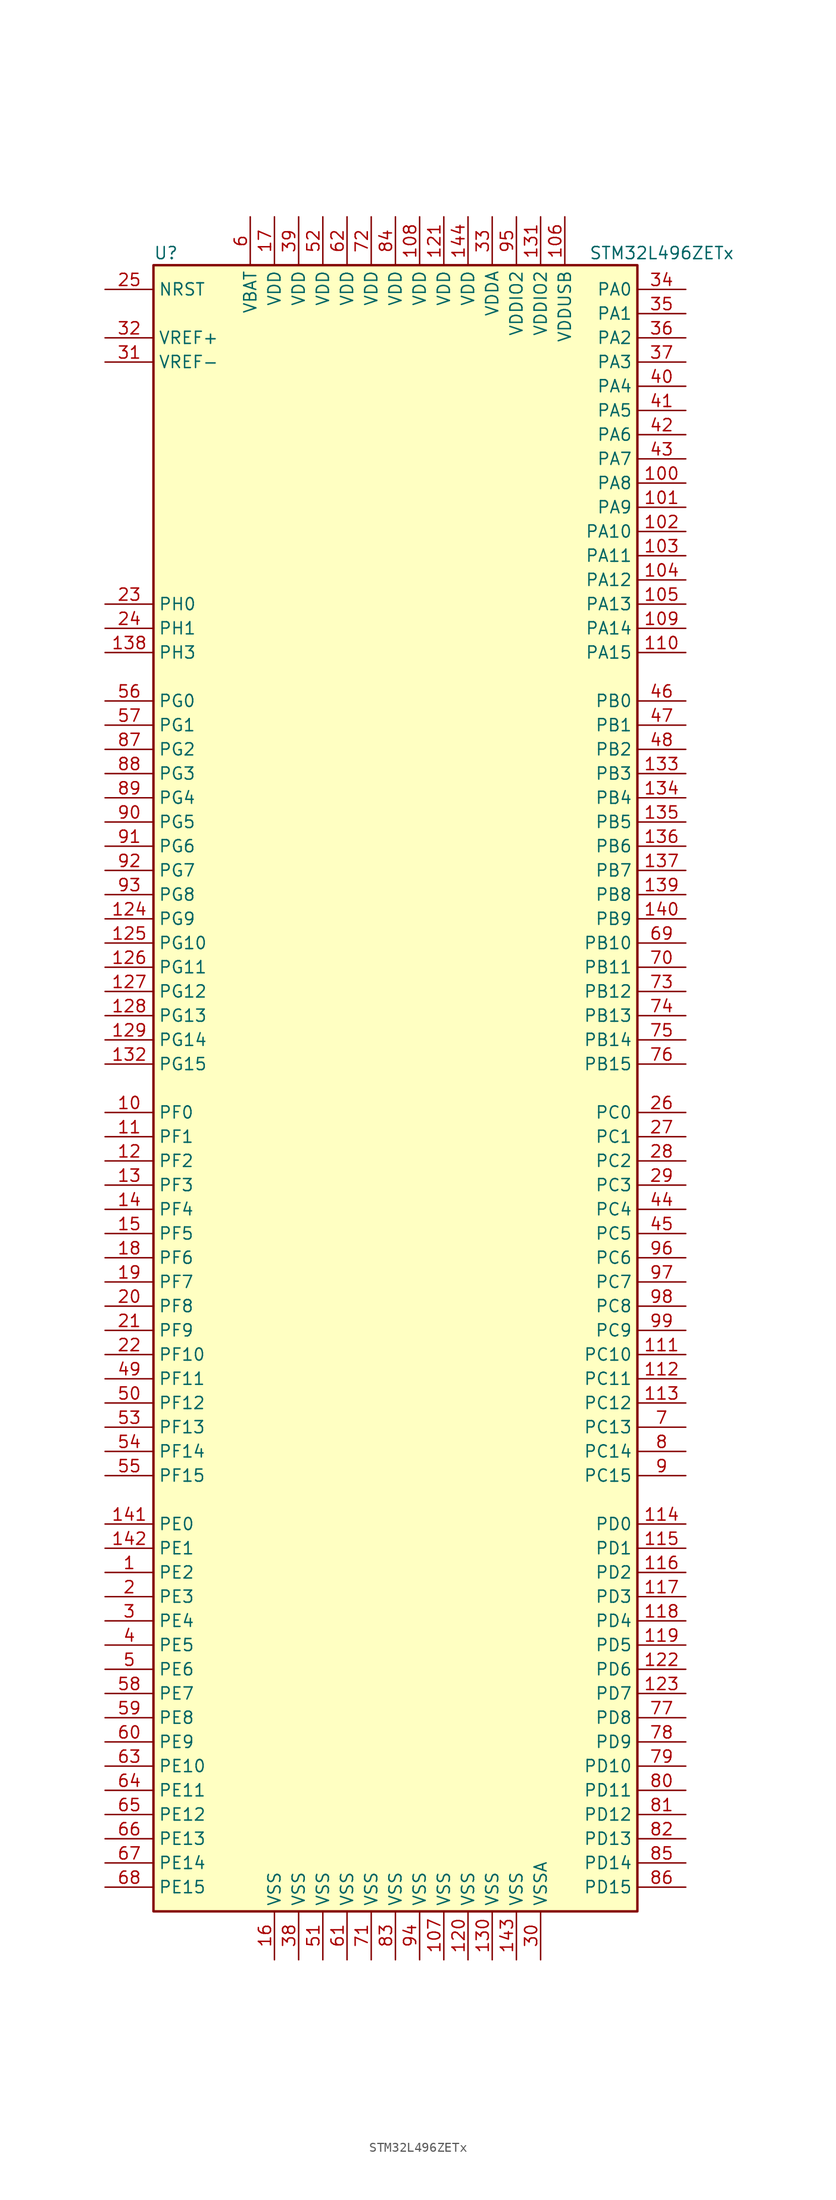
<source format=kicad_sym>
(kicad_symbol_lib
  (version 20211014)
  (generator kicad_symbol_editor)
  (symbol "STM32L496ZETx"
    (property "Reference" "U"
      (at -25.4 87.63 0)
      (effects (font (size 1.27 1.27)) (justify left)))
    (property "Value" "STM32L496ZETx"
      (at 20.32 87.63 0)
      (effects (font (size 1.27 1.27)) (justify left)))
    (symbol "STM32L496ZETx_0_1"
      (rectangle (start -25.4 -86.36) (end 25.4 86.36) (stroke (width 0.254) (type default) (color 0 0 0 0)) (fill (type background))))
    (symbol "STM32L496ZETx_1_1"
      (pin bidirectional line (at -30.48 -50.8 0) (length 5.08) (name "PE2" (effects (font (size 1.27 1.27)))) (number "1" (effects (font (size 1.27 1.27)))))
      (pin bidirectional line (at -30.48 -2.54 0) (length 5.08) (name "PF0" (effects (font (size 1.27 1.27)))) (number "10" (effects (font (size 1.27 1.27)))))
      (pin bidirectional line (at 30.48 63.5 180) (length 5.08) (name "PA8" (effects (font (size 1.27 1.27)))) (number "100" (effects (font (size 1.27 1.27)))))
      (pin bidirectional line (at 30.48 60.96 180) (length 5.08) (name "PA9" (effects (font (size 1.27 1.27)))) (number "101" (effects (font (size 1.27 1.27)))))
      (pin bidirectional line (at 30.48 58.42 180) (length 5.08) (name "PA10" (effects (font (size 1.27 1.27)))) (number "102" (effects (font (size 1.27 1.27)))))
      (pin bidirectional line (at 30.48 55.88 180) (length 5.08) (name "PA11" (effects (font (size 1.27 1.27)))) (number "103" (effects (font (size 1.27 1.27)))))
      (pin bidirectional line (at 30.48 53.34 180) (length 5.08) (name "PA12" (effects (font (size 1.27 1.27)))) (number "104" (effects (font (size 1.27 1.27)))))
      (pin bidirectional line (at 30.48 50.8 180) (length 5.08) (name "PA13" (effects (font (size 1.27 1.27)))) (number "105" (effects (font (size 1.27 1.27)))))
      (pin power_in line (at 17.78 91.44 270) (length 5.08) (name "VDDUSB" (effects (font (size 1.27 1.27)))) (number "106" (effects (font (size 1.27 1.27)))))
      (pin power_in line (at 5.08 -91.44 90) (length 5.08) (name "VSS" (effects (font (size 1.27 1.27)))) (number "107" (effects (font (size 1.27 1.27)))))
      (pin power_in line (at 2.54 91.44 270) (length 5.08) (name "VDD" (effects (font (size 1.27 1.27)))) (number "108" (effects (font (size 1.27 1.27)))))
      (pin bidirectional line (at 30.48 48.26 180) (length 5.08) (name "PA14" (effects (font (size 1.27 1.27)))) (number "109" (effects (font (size 1.27 1.27)))))
      (pin bidirectional line (at -30.48 -5.08 0) (length 5.08) (name "PF1" (effects (font (size 1.27 1.27)))) (number "11" (effects (font (size 1.27 1.27)))))
      (pin bidirectional line (at 30.48 45.72 180) (length 5.08) (name "PA15" (effects (font (size 1.27 1.27)))) (number "110" (effects (font (size 1.27 1.27)))))
      (pin bidirectional line (at 30.48 -27.94 180) (length 5.08) (name "PC10" (effects (font (size 1.27 1.27)))) (number "111" (effects (font (size 1.27 1.27)))))
      (pin bidirectional line (at 30.48 -30.48 180) (length 5.08) (name "PC11" (effects (font (size 1.27 1.27)))) (number "112" (effects (font (size 1.27 1.27)))))
      (pin bidirectional line (at 30.48 -33.02 180) (length 5.08) (name "PC12" (effects (font (size 1.27 1.27)))) (number "113" (effects (font (size 1.27 1.27)))))
      (pin bidirectional line (at 30.48 -45.72 180) (length 5.08) (name "PD0" (effects (font (size 1.27 1.27)))) (number "114" (effects (font (size 1.27 1.27)))))
      (pin bidirectional line (at 30.48 -48.26 180) (length 5.08) (name "PD1" (effects (font (size 1.27 1.27)))) (number "115" (effects (font (size 1.27 1.27)))))
      (pin bidirectional line (at 30.48 -50.8 180) (length 5.08) (name "PD2" (effects (font (size 1.27 1.27)))) (number "116" (effects (font (size 1.27 1.27)))))
      (pin bidirectional line (at 30.48 -53.34 180) (length 5.08) (name "PD3" (effects (font (size 1.27 1.27)))) (number "117" (effects (font (size 1.27 1.27)))))
      (pin bidirectional line (at 30.48 -55.88 180) (length 5.08) (name "PD4" (effects (font (size 1.27 1.27)))) (number "118" (effects (font (size 1.27 1.27)))))
      (pin bidirectional line (at 30.48 -58.42 180) (length 5.08) (name "PD5" (effects (font (size 1.27 1.27)))) (number "119" (effects (font (size 1.27 1.27)))))
      (pin bidirectional line (at -30.48 -7.62 0) (length 5.08) (name "PF2" (effects (font (size 1.27 1.27)))) (number "12" (effects (font (size 1.27 1.27)))))
      (pin power_in line (at 7.62 -91.44 90) (length 5.08) (name "VSS" (effects (font (size 1.27 1.27)))) (number "120" (effects (font (size 1.27 1.27)))))
      (pin power_in line (at 5.08 91.44 270) (length 5.08) (name "VDD" (effects (font (size 1.27 1.27)))) (number "121" (effects (font (size 1.27 1.27)))))
      (pin bidirectional line (at 30.48 -60.96 180) (length 5.08) (name "PD6" (effects (font (size 1.27 1.27)))) (number "122" (effects (font (size 1.27 1.27)))))
      (pin bidirectional line (at 30.48 -63.5 180) (length 5.08) (name "PD7" (effects (font (size 1.27 1.27)))) (number "123" (effects (font (size 1.27 1.27)))))
      (pin bidirectional line (at -30.48 17.78 0) (length 5.08) (name "PG9" (effects (font (size 1.27 1.27)))) (number "124" (effects (font (size 1.27 1.27)))))
      (pin bidirectional line (at -30.48 15.24 0) (length 5.08) (name "PG10" (effects (font (size 1.27 1.27)))) (number "125" (effects (font (size 1.27 1.27)))))
      (pin bidirectional line (at -30.48 12.7 0) (length 5.08) (name "PG11" (effects (font (size 1.27 1.27)))) (number "126" (effects (font (size 1.27 1.27)))))
      (pin bidirectional line (at -30.48 10.16 0) (length 5.08) (name "PG12" (effects (font (size 1.27 1.27)))) (number "127" (effects (font (size 1.27 1.27)))))
      (pin bidirectional line (at -30.48 7.62 0) (length 5.08) (name "PG13" (effects (font (size 1.27 1.27)))) (number "128" (effects (font (size 1.27 1.27)))))
      (pin bidirectional line (at -30.48 5.08 0) (length 5.08) (name "PG14" (effects (font (size 1.27 1.27)))) (number "129" (effects (font (size 1.27 1.27)))))
      (pin bidirectional line (at -30.48 -10.16 0) (length 5.08) (name "PF3" (effects (font (size 1.27 1.27)))) (number "13" (effects (font (size 1.27 1.27)))))
      (pin power_in line (at 10.16 -91.44 90) (length 5.08) (name "VSS" (effects (font (size 1.27 1.27)))) (number "130" (effects (font (size 1.27 1.27)))))
      (pin power_in line (at 15.24 91.44 270) (length 5.08) (name "VDDIO2" (effects (font (size 1.27 1.27)))) (number "131" (effects (font (size 1.27 1.27)))))
      (pin bidirectional line (at -30.48 2.54 0) (length 5.08) (name "PG15" (effects (font (size 1.27 1.27)))) (number "132" (effects (font (size 1.27 1.27)))))
      (pin bidirectional line (at 30.48 33.02 180) (length 5.08) (name "PB3" (effects (font (size 1.27 1.27)))) (number "133" (effects (font (size 1.27 1.27)))))
      (pin bidirectional line (at 30.48 30.48 180) (length 5.08) (name "PB4" (effects (font (size 1.27 1.27)))) (number "134" (effects (font (size 1.27 1.27)))))
      (pin bidirectional line (at 30.48 27.94 180) (length 5.08) (name "PB5" (effects (font (size 1.27 1.27)))) (number "135" (effects (font (size 1.27 1.27)))))
      (pin bidirectional line (at 30.48 25.4 180) (length 5.08) (name "PB6" (effects (font (size 1.27 1.27)))) (number "136" (effects (font (size 1.27 1.27)))))
      (pin bidirectional line (at 30.48 22.86 180) (length 5.08) (name "PB7" (effects (font (size 1.27 1.27)))) (number "137" (effects (font (size 1.27 1.27)))))
      (pin bidirectional line (at -30.48 45.72 0) (length 5.08) (name "PH3" (effects (font (size 1.27 1.27)))) (number "138" (effects (font (size 1.27 1.27)))))
      (pin bidirectional line (at 30.48 20.32 180) (length 5.08) (name "PB8" (effects (font (size 1.27 1.27)))) (number "139" (effects (font (size 1.27 1.27)))))
      (pin bidirectional line (at -30.48 -12.7 0) (length 5.08) (name "PF4" (effects (font (size 1.27 1.27)))) (number "14" (effects (font (size 1.27 1.27)))))
      (pin bidirectional line (at 30.48 17.78 180) (length 5.08) (name "PB9" (effects (font (size 1.27 1.27)))) (number "140" (effects (font (size 1.27 1.27)))))
      (pin bidirectional line (at -30.48 -45.72 0) (length 5.08) (name "PE0" (effects (font (size 1.27 1.27)))) (number "141" (effects (font (size 1.27 1.27)))))
      (pin bidirectional line (at -30.48 -48.26 0) (length 5.08) (name "PE1" (effects (font (size 1.27 1.27)))) (number "142" (effects (font (size 1.27 1.27)))))
      (pin power_in line (at 12.7 -91.44 90) (length 5.08) (name "VSS" (effects (font (size 1.27 1.27)))) (number "143" (effects (font (size 1.27 1.27)))))
      (pin power_in line (at 7.62 91.44 270) (length 5.08) (name "VDD" (effects (font (size 1.27 1.27)))) (number "144" (effects (font (size 1.27 1.27)))))
      (pin bidirectional line (at -30.48 -15.24 0) (length 5.08) (name "PF5" (effects (font (size 1.27 1.27)))) (number "15" (effects (font (size 1.27 1.27)))))
      (pin power_in line (at -12.7 -91.44 90) (length 5.08) (name "VSS" (effects (font (size 1.27 1.27)))) (number "16" (effects (font (size 1.27 1.27)))))
      (pin power_in line (at -12.7 91.44 270) (length 5.08) (name "VDD" (effects (font (size 1.27 1.27)))) (number "17" (effects (font (size 1.27 1.27)))))
      (pin bidirectional line (at -30.48 -17.78 0) (length 5.08) (name "PF6" (effects (font (size 1.27 1.27)))) (number "18" (effects (font (size 1.27 1.27)))))
      (pin bidirectional line (at -30.48 -20.32 0) (length 5.08) (name "PF7" (effects (font (size 1.27 1.27)))) (number "19" (effects (font (size 1.27 1.27)))))
      (pin bidirectional line (at -30.48 -53.34 0) (length 5.08) (name "PE3" (effects (font (size 1.27 1.27)))) (number "2" (effects (font (size 1.27 1.27)))))
      (pin bidirectional line (at -30.48 -22.86 0) (length 5.08) (name "PF8" (effects (font (size 1.27 1.27)))) (number "20" (effects (font (size 1.27 1.27)))))
      (pin bidirectional line (at -30.48 -25.4 0) (length 5.08) (name "PF9" (effects (font (size 1.27 1.27)))) (number "21" (effects (font (size 1.27 1.27)))))
      (pin bidirectional line (at -30.48 -27.94 0) (length 5.08) (name "PF10" (effects (font (size 1.27 1.27)))) (number "22" (effects (font (size 1.27 1.27)))))
      (pin input line (at -30.48 50.8 0) (length 5.08) (name "PH0" (effects (font (size 1.27 1.27)))) (number "23" (effects (font (size 1.27 1.27)))))
      (pin input line (at -30.48 48.26 0) (length 5.08) (name "PH1" (effects (font (size 1.27 1.27)))) (number "24" (effects (font (size 1.27 1.27)))))
      (pin input line (at -30.48 83.82 0) (length 5.08) (name "NRST" (effects (font (size 1.27 1.27)))) (number "25" (effects (font (size 1.27 1.27)))))
      (pin bidirectional line (at 30.48 -2.54 180) (length 5.08) (name "PC0" (effects (font (size 1.27 1.27)))) (number "26" (effects (font (size 1.27 1.27)))))
      (pin bidirectional line (at 30.48 -5.08 180) (length 5.08) (name "PC1" (effects (font (size 1.27 1.27)))) (number "27" (effects (font (size 1.27 1.27)))))
      (pin bidirectional line (at 30.48 -7.62 180) (length 5.08) (name "PC2" (effects (font (size 1.27 1.27)))) (number "28" (effects (font (size 1.27 1.27)))))
      (pin bidirectional line (at 30.48 -10.16 180) (length 5.08) (name "PC3" (effects (font (size 1.27 1.27)))) (number "29" (effects (font (size 1.27 1.27)))))
      (pin bidirectional line (at -30.48 -55.88 0) (length 5.08) (name "PE4" (effects (font (size 1.27 1.27)))) (number "3" (effects (font (size 1.27 1.27)))))
      (pin power_in line (at 15.24 -91.44 90) (length 5.08) (name "VSSA" (effects (font (size 1.27 1.27)))) (number "30" (effects (font (size 1.27 1.27)))))
      (pin power_in line (at -30.48 76.2 0) (length 5.08) (name "VREF-" (effects (font (size 1.27 1.27)))) (number "31" (effects (font (size 1.27 1.27)))))
      (pin bidirectional line (at -30.48 78.74 0) (length 5.08) (name "VREF+" (effects (font (size 1.27 1.27)))) (number "32" (effects (font (size 1.27 1.27)))))
      (pin power_in line (at 10.16 91.44 270) (length 5.08) (name "VDDA" (effects (font (size 1.27 1.27)))) (number "33" (effects (font (size 1.27 1.27)))))
      (pin bidirectional line (at 30.48 83.82 180) (length 5.08) (name "PA0" (effects (font (size 1.27 1.27)))) (number "34" (effects (font (size 1.27 1.27)))))
      (pin bidirectional line (at 30.48 81.28 180) (length 5.08) (name "PA1" (effects (font (size 1.27 1.27)))) (number "35" (effects (font (size 1.27 1.27)))))
      (pin bidirectional line (at 30.48 78.74 180) (length 5.08) (name "PA2" (effects (font (size 1.27 1.27)))) (number "36" (effects (font (size 1.27 1.27)))))
      (pin bidirectional line (at 30.48 76.2 180) (length 5.08) (name "PA3" (effects (font (size 1.27 1.27)))) (number "37" (effects (font (size 1.27 1.27)))))
      (pin power_in line (at -10.16 -91.44 90) (length 5.08) (name "VSS" (effects (font (size 1.27 1.27)))) (number "38" (effects (font (size 1.27 1.27)))))
      (pin power_in line (at -10.16 91.44 270) (length 5.08) (name "VDD" (effects (font (size 1.27 1.27)))) (number "39" (effects (font (size 1.27 1.27)))))
      (pin bidirectional line (at -30.48 -58.42 0) (length 5.08) (name "PE5" (effects (font (size 1.27 1.27)))) (number "4" (effects (font (size 1.27 1.27)))))
      (pin bidirectional line (at 30.48 73.66 180) (length 5.08) (name "PA4" (effects (font (size 1.27 1.27)))) (number "40" (effects (font (size 1.27 1.27)))))
      (pin bidirectional line (at 30.48 71.12 180) (length 5.08) (name "PA5" (effects (font (size 1.27 1.27)))) (number "41" (effects (font (size 1.27 1.27)))))
      (pin bidirectional line (at 30.48 68.58 180) (length 5.08) (name "PA6" (effects (font (size 1.27 1.27)))) (number "42" (effects (font (size 1.27 1.27)))))
      (pin bidirectional line (at 30.48 66.04 180) (length 5.08) (name "PA7" (effects (font (size 1.27 1.27)))) (number "43" (effects (font (size 1.27 1.27)))))
      (pin bidirectional line (at 30.48 -12.7 180) (length 5.08) (name "PC4" (effects (font (size 1.27 1.27)))) (number "44" (effects (font (size 1.27 1.27)))))
      (pin bidirectional line (at 30.48 -15.24 180) (length 5.08) (name "PC5" (effects (font (size 1.27 1.27)))) (number "45" (effects (font (size 1.27 1.27)))))
      (pin bidirectional line (at 30.48 40.64 180) (length 5.08) (name "PB0" (effects (font (size 1.27 1.27)))) (number "46" (effects (font (size 1.27 1.27)))))
      (pin bidirectional line (at 30.48 38.1 180) (length 5.08) (name "PB1" (effects (font (size 1.27 1.27)))) (number "47" (effects (font (size 1.27 1.27)))))
      (pin bidirectional line (at 30.48 35.56 180) (length 5.08) (name "PB2" (effects (font (size 1.27 1.27)))) (number "48" (effects (font (size 1.27 1.27)))))
      (pin bidirectional line (at -30.48 -30.48 0) (length 5.08) (name "PF11" (effects (font (size 1.27 1.27)))) (number "49" (effects (font (size 1.27 1.27)))))
      (pin bidirectional line (at -30.48 -60.96 0) (length 5.08) (name "PE6" (effects (font (size 1.27 1.27)))) (number "5" (effects (font (size 1.27 1.27)))))
      (pin bidirectional line (at -30.48 -33.02 0) (length 5.08) (name "PF12" (effects (font (size 1.27 1.27)))) (number "50" (effects (font (size 1.27 1.27)))))
      (pin power_in line (at -7.62 -91.44 90) (length 5.08) (name "VSS" (effects (font (size 1.27 1.27)))) (number "51" (effects (font (size 1.27 1.27)))))
      (pin power_in line (at -7.62 91.44 270) (length 5.08) (name "VDD" (effects (font (size 1.27 1.27)))) (number "52" (effects (font (size 1.27 1.27)))))
      (pin bidirectional line (at -30.48 -35.56 0) (length 5.08) (name "PF13" (effects (font (size 1.27 1.27)))) (number "53" (effects (font (size 1.27 1.27)))))
      (pin bidirectional line (at -30.48 -38.1 0) (length 5.08) (name "PF14" (effects (font (size 1.27 1.27)))) (number "54" (effects (font (size 1.27 1.27)))))
      (pin bidirectional line (at -30.48 -40.64 0) (length 5.08) (name "PF15" (effects (font (size 1.27 1.27)))) (number "55" (effects (font (size 1.27 1.27)))))
      (pin bidirectional line (at -30.48 40.64 0) (length 5.08) (name "PG0" (effects (font (size 1.27 1.27)))) (number "56" (effects (font (size 1.27 1.27)))))
      (pin bidirectional line (at -30.48 38.1 0) (length 5.08) (name "PG1" (effects (font (size 1.27 1.27)))) (number "57" (effects (font (size 1.27 1.27)))))
      (pin bidirectional line (at -30.48 -63.5 0) (length 5.08) (name "PE7" (effects (font (size 1.27 1.27)))) (number "58" (effects (font (size 1.27 1.27)))))
      (pin bidirectional line (at -30.48 -66.04 0) (length 5.08) (name "PE8" (effects (font (size 1.27 1.27)))) (number "59" (effects (font (size 1.27 1.27)))))
      (pin power_in line (at -15.24 91.44 270) (length 5.08) (name "VBAT" (effects (font (size 1.27 1.27)))) (number "6" (effects (font (size 1.27 1.27)))))
      (pin bidirectional line (at -30.48 -68.58 0) (length 5.08) (name "PE9" (effects (font (size 1.27 1.27)))) (number "60" (effects (font (size 1.27 1.27)))))
      (pin power_in line (at -5.08 -91.44 90) (length 5.08) (name "VSS" (effects (font (size 1.27 1.27)))) (number "61" (effects (font (size 1.27 1.27)))))
      (pin power_in line (at -5.08 91.44 270) (length 5.08) (name "VDD" (effects (font (size 1.27 1.27)))) (number "62" (effects (font (size 1.27 1.27)))))
      (pin bidirectional line (at -30.48 -71.12 0) (length 5.08) (name "PE10" (effects (font (size 1.27 1.27)))) (number "63" (effects (font (size 1.27 1.27)))))
      (pin bidirectional line (at -30.48 -73.66 0) (length 5.08) (name "PE11" (effects (font (size 1.27 1.27)))) (number "64" (effects (font (size 1.27 1.27)))))
      (pin bidirectional line (at -30.48 -76.2 0) (length 5.08) (name "PE12" (effects (font (size 1.27 1.27)))) (number "65" (effects (font (size 1.27 1.27)))))
      (pin bidirectional line (at -30.48 -78.74 0) (length 5.08) (name "PE13" (effects (font (size 1.27 1.27)))) (number "66" (effects (font (size 1.27 1.27)))))
      (pin bidirectional line (at -30.48 -81.28 0) (length 5.08) (name "PE14" (effects (font (size 1.27 1.27)))) (number "67" (effects (font (size 1.27 1.27)))))
      (pin bidirectional line (at -30.48 -83.82 0) (length 5.08) (name "PE15" (effects (font (size 1.27 1.27)))) (number "68" (effects (font (size 1.27 1.27)))))
      (pin bidirectional line (at 30.48 15.24 180) (length 5.08) (name "PB10" (effects (font (size 1.27 1.27)))) (number "69" (effects (font (size 1.27 1.27)))))
      (pin bidirectional line (at 30.48 -35.56 180) (length 5.08) (name "PC13" (effects (font (size 1.27 1.27)))) (number "7" (effects (font (size 1.27 1.27)))))
      (pin bidirectional line (at 30.48 12.7 180) (length 5.08) (name "PB11" (effects (font (size 1.27 1.27)))) (number "70" (effects (font (size 1.27 1.27)))))
      (pin power_in line (at -2.54 -91.44 90) (length 5.08) (name "VSS" (effects (font (size 1.27 1.27)))) (number "71" (effects (font (size 1.27 1.27)))))
      (pin power_in line (at -2.54 91.44 270) (length 5.08) (name "VDD" (effects (font (size 1.27 1.27)))) (number "72" (effects (font (size 1.27 1.27)))))
      (pin bidirectional line (at 30.48 10.16 180) (length 5.08) (name "PB12" (effects (font (size 1.27 1.27)))) (number "73" (effects (font (size 1.27 1.27)))))
      (pin bidirectional line (at 30.48 7.62 180) (length 5.08) (name "PB13" (effects (font (size 1.27 1.27)))) (number "74" (effects (font (size 1.27 1.27)))))
      (pin bidirectional line (at 30.48 5.08 180) (length 5.08) (name "PB14" (effects (font (size 1.27 1.27)))) (number "75" (effects (font (size 1.27 1.27)))))
      (pin bidirectional line (at 30.48 2.54 180) (length 5.08) (name "PB15" (effects (font (size 1.27 1.27)))) (number "76" (effects (font (size 1.27 1.27)))))
      (pin bidirectional line (at 30.48 -66.04 180) (length 5.08) (name "PD8" (effects (font (size 1.27 1.27)))) (number "77" (effects (font (size 1.27 1.27)))))
      (pin bidirectional line (at 30.48 -68.58 180) (length 5.08) (name "PD9" (effects (font (size 1.27 1.27)))) (number "78" (effects (font (size 1.27 1.27)))))
      (pin bidirectional line (at 30.48 -71.12 180) (length 5.08) (name "PD10" (effects (font (size 1.27 1.27)))) (number "79" (effects (font (size 1.27 1.27)))))
      (pin bidirectional line (at 30.48 -38.1 180) (length 5.08) (name "PC14" (effects (font (size 1.27 1.27)))) (number "8" (effects (font (size 1.27 1.27)))))
      (pin bidirectional line (at 30.48 -73.66 180) (length 5.08) (name "PD11" (effects (font (size 1.27 1.27)))) (number "80" (effects (font (size 1.27 1.27)))))
      (pin bidirectional line (at 30.48 -76.2 180) (length 5.08) (name "PD12" (effects (font (size 1.27 1.27)))) (number "81" (effects (font (size 1.27 1.27)))))
      (pin bidirectional line (at 30.48 -78.74 180) (length 5.08) (name "PD13" (effects (font (size 1.27 1.27)))) (number "82" (effects (font (size 1.27 1.27)))))
      (pin power_in line (at 0 -91.44 90) (length 5.08) (name "VSS" (effects (font (size 1.27 1.27)))) (number "83" (effects (font (size 1.27 1.27)))))
      (pin power_in line (at 0 91.44 270) (length 5.08) (name "VDD" (effects (font (size 1.27 1.27)))) (number "84" (effects (font (size 1.27 1.27)))))
      (pin bidirectional line (at 30.48 -81.28 180) (length 5.08) (name "PD14" (effects (font (size 1.27 1.27)))) (number "85" (effects (font (size 1.27 1.27)))))
      (pin bidirectional line (at 30.48 -83.82 180) (length 5.08) (name "PD15" (effects (font (size 1.27 1.27)))) (number "86" (effects (font (size 1.27 1.27)))))
      (pin bidirectional line (at -30.48 35.56 0) (length 5.08) (name "PG2" (effects (font (size 1.27 1.27)))) (number "87" (effects (font (size 1.27 1.27)))))
      (pin bidirectional line (at -30.48 33.02 0) (length 5.08) (name "PG3" (effects (font (size 1.27 1.27)))) (number "88" (effects (font (size 1.27 1.27)))))
      (pin bidirectional line (at -30.48 30.48 0) (length 5.08) (name "PG4" (effects (font (size 1.27 1.27)))) (number "89" (effects (font (size 1.27 1.27)))))
      (pin bidirectional line (at 30.48 -40.64 180) (length 5.08) (name "PC15" (effects (font (size 1.27 1.27)))) (number "9" (effects (font (size 1.27 1.27)))))
      (pin bidirectional line (at -30.48 27.94 0) (length 5.08) (name "PG5" (effects (font (size 1.27 1.27)))) (number "90" (effects (font (size 1.27 1.27)))))
      (pin bidirectional line (at -30.48 25.4 0) (length 5.08) (name "PG6" (effects (font (size 1.27 1.27)))) (number "91" (effects (font (size 1.27 1.27)))))
      (pin bidirectional line (at -30.48 22.86 0) (length 5.08) (name "PG7" (effects (font (size 1.27 1.27)))) (number "92" (effects (font (size 1.27 1.27)))))
      (pin bidirectional line (at -30.48 20.32 0) (length 5.08) (name "PG8" (effects (font (size 1.27 1.27)))) (number "93" (effects (font (size 1.27 1.27)))))
      (pin power_in line (at 2.54 -91.44 90) (length 5.08) (name "VSS" (effects (font (size 1.27 1.27)))) (number "94" (effects (font (size 1.27 1.27)))))
      (pin power_in line (at 12.7 91.44 270) (length 5.08) (name "VDDIO2" (effects (font (size 1.27 1.27)))) (number "95" (effects (font (size 1.27 1.27)))))
      (pin bidirectional line (at 30.48 -17.78 180) (length 5.08) (name "PC6" (effects (font (size 1.27 1.27)))) (number "96" (effects (font (size 1.27 1.27)))))
      (pin bidirectional line (at 30.48 -20.32 180) (length 5.08) (name "PC7" (effects (font (size 1.27 1.27)))) (number "97" (effects (font (size 1.27 1.27)))))
      (pin bidirectional line (at 30.48 -22.86 180) (length 5.08) (name "PC8" (effects (font (size 1.27 1.27)))) (number "98" (effects (font (size 1.27 1.27)))))
      (pin bidirectional line (at 30.48 -25.4 180) (length 5.08) (name "PC9" (effects (font (size 1.27 1.27)))) (number "99" (effects (font (size 1.27 1.27))))))))
</source>
